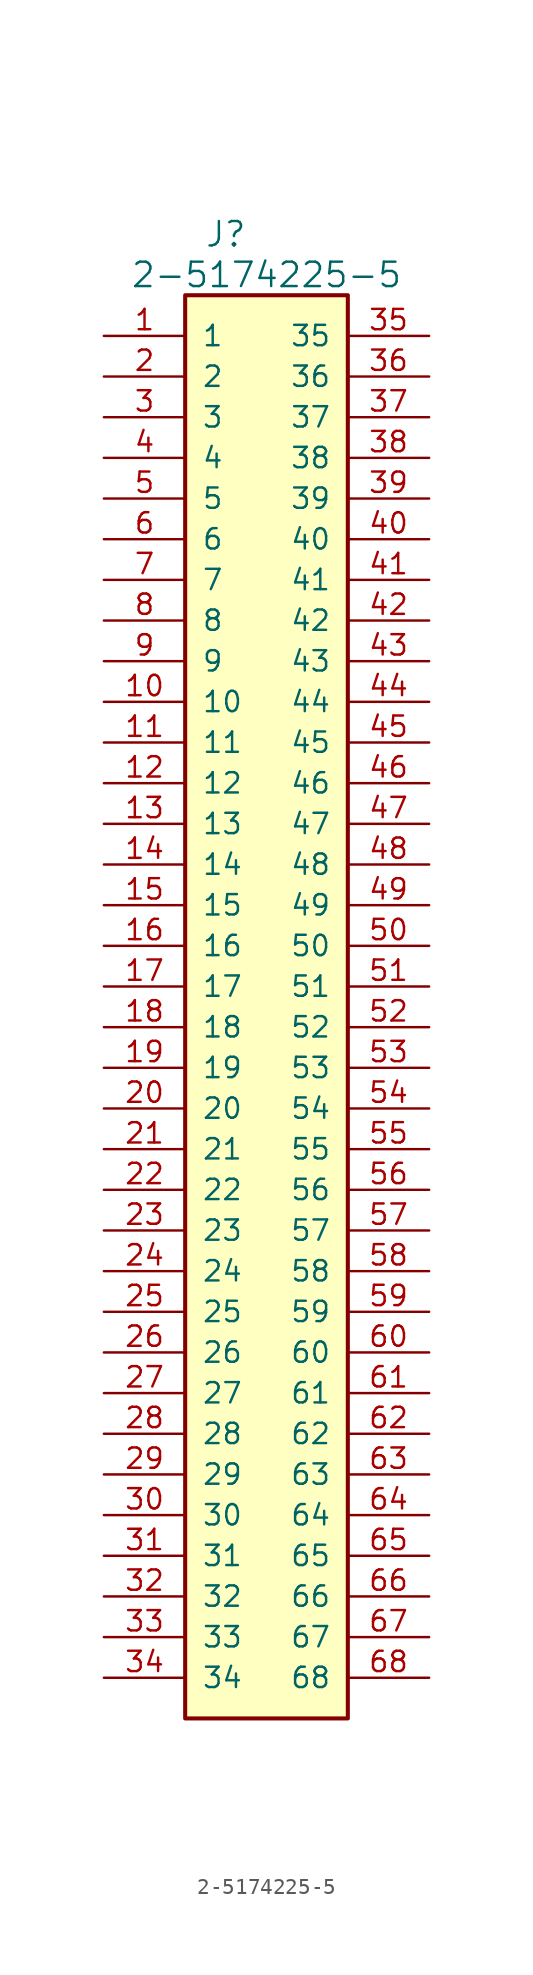
<source format=kicad_sym>
(kicad_symbol_lib
  (version 20211014)
  (generator kicad_symbol_editor)
  (symbol "2-5174225-5"
    (pin_names
      (offset 1.016))
    (property "Reference" "J"
      (at 7.62 6.35 0)
      (effects (font (size 1.524 1.524))))
    (property "Value" "2-5174225-5"
      (at 10.16 3.81 0)
      (effects (font (size 1.524 1.524))))
    (symbol "2-5174225-5_1_1"
      (rectangle (start 5.08 2.54) (end 15.24 -86.36) (stroke (width 0.254) (type default) (color 0 0 0 0)) (fill (type background)))
      (pin unspecified line (at 0 0 0) (length 5.08) (name "1" (effects (font (size 1.27 1.27)))) (number "1" (effects (font (size 1.27 1.27)))))
      (pin unspecified line (at 0 -22.86 0) (length 5.08) (name "10" (effects (font (size 1.27 1.27)))) (number "10" (effects (font (size 1.27 1.27)))))
      (pin unspecified line (at 0 -25.4 0) (length 5.08) (name "11" (effects (font (size 1.27 1.27)))) (number "11" (effects (font (size 1.27 1.27)))))
      (pin unspecified line (at 0 -27.94 0) (length 5.08) (name "12" (effects (font (size 1.27 1.27)))) (number "12" (effects (font (size 1.27 1.27)))))
      (pin unspecified line (at 0 -30.48 0) (length 5.08) (name "13" (effects (font (size 1.27 1.27)))) (number "13" (effects (font (size 1.27 1.27)))))
      (pin unspecified line (at 0 -33.02 0) (length 5.08) (name "14" (effects (font (size 1.27 1.27)))) (number "14" (effects (font (size 1.27 1.27)))))
      (pin unspecified line (at 0 -35.56 0) (length 5.08) (name "15" (effects (font (size 1.27 1.27)))) (number "15" (effects (font (size 1.27 1.27)))))
      (pin unspecified line (at 0 -38.1 0) (length 5.08) (name "16" (effects (font (size 1.27 1.27)))) (number "16" (effects (font (size 1.27 1.27)))))
      (pin unspecified line (at 0 -40.64 0) (length 5.08) (name "17" (effects (font (size 1.27 1.27)))) (number "17" (effects (font (size 1.27 1.27)))))
      (pin unspecified line (at 0 -43.18 0) (length 5.08) (name "18" (effects (font (size 1.27 1.27)))) (number "18" (effects (font (size 1.27 1.27)))))
      (pin unspecified line (at 0 -45.72 0) (length 5.08) (name "19" (effects (font (size 1.27 1.27)))) (number "19" (effects (font (size 1.27 1.27)))))
      (pin unspecified line (at 0 -2.54 0) (length 5.08) (name "2" (effects (font (size 1.27 1.27)))) (number "2" (effects (font (size 1.27 1.27)))))
      (pin unspecified line (at 0 -48.26 0) (length 5.08) (name "20" (effects (font (size 1.27 1.27)))) (number "20" (effects (font (size 1.27 1.27)))))
      (pin unspecified line (at 0 -50.8 0) (length 5.08) (name "21" (effects (font (size 1.27 1.27)))) (number "21" (effects (font (size 1.27 1.27)))))
      (pin unspecified line (at 0 -53.34 0) (length 5.08) (name "22" (effects (font (size 1.27 1.27)))) (number "22" (effects (font (size 1.27 1.27)))))
      (pin unspecified line (at 0 -55.88 0) (length 5.08) (name "23" (effects (font (size 1.27 1.27)))) (number "23" (effects (font (size 1.27 1.27)))))
      (pin unspecified line (at 0 -58.42 0) (length 5.08) (name "24" (effects (font (size 1.27 1.27)))) (number "24" (effects (font (size 1.27 1.27)))))
      (pin unspecified line (at 0 -60.96 0) (length 5.08) (name "25" (effects (font (size 1.27 1.27)))) (number "25" (effects (font (size 1.27 1.27)))))
      (pin unspecified line (at 0 -63.5 0) (length 5.08) (name "26" (effects (font (size 1.27 1.27)))) (number "26" (effects (font (size 1.27 1.27)))))
      (pin unspecified line (at 0 -66.04 0) (length 5.08) (name "27" (effects (font (size 1.27 1.27)))) (number "27" (effects (font (size 1.27 1.27)))))
      (pin unspecified line (at 0 -68.58 0) (length 5.08) (name "28" (effects (font (size 1.27 1.27)))) (number "28" (effects (font (size 1.27 1.27)))))
      (pin unspecified line (at 0 -71.12 0) (length 5.08) (name "29" (effects (font (size 1.27 1.27)))) (number "29" (effects (font (size 1.27 1.27)))))
      (pin unspecified line (at 0 -5.08 0) (length 5.08) (name "3" (effects (font (size 1.27 1.27)))) (number "3" (effects (font (size 1.27 1.27)))))
      (pin unspecified line (at 0 -73.66 0) (length 5.08) (name "30" (effects (font (size 1.27 1.27)))) (number "30" (effects (font (size 1.27 1.27)))))
      (pin unspecified line (at 0 -76.2 0) (length 5.08) (name "31" (effects (font (size 1.27 1.27)))) (number "31" (effects (font (size 1.27 1.27)))))
      (pin unspecified line (at 0 -78.74 0) (length 5.08) (name "32" (effects (font (size 1.27 1.27)))) (number "32" (effects (font (size 1.27 1.27)))))
      (pin unspecified line (at 0 -81.28 0) (length 5.08) (name "33" (effects (font (size 1.27 1.27)))) (number "33" (effects (font (size 1.27 1.27)))))
      (pin unspecified line (at 0 -83.82 0) (length 5.08) (name "34" (effects (font (size 1.27 1.27)))) (number "34" (effects (font (size 1.27 1.27)))))
      (pin unspecified line (at 20.32 0 180) (length 5.08) (name "35" (effects (font (size 1.27 1.27)))) (number "35" (effects (font (size 1.27 1.27)))))
      (pin unspecified line (at 20.32 -2.54 180) (length 5.08) (name "36" (effects (font (size 1.27 1.27)))) (number "36" (effects (font (size 1.27 1.27)))))
      (pin unspecified line (at 20.32 -5.08 180) (length 5.08) (name "37" (effects (font (size 1.27 1.27)))) (number "37" (effects (font (size 1.27 1.27)))))
      (pin unspecified line (at 20.32 -7.62 180) (length 5.08) (name "38" (effects (font (size 1.27 1.27)))) (number "38" (effects (font (size 1.27 1.27)))))
      (pin unspecified line (at 20.32 -10.16 180) (length 5.08) (name "39" (effects (font (size 1.27 1.27)))) (number "39" (effects (font (size 1.27 1.27)))))
      (pin unspecified line (at 0 -7.62 0) (length 5.08) (name "4" (effects (font (size 1.27 1.27)))) (number "4" (effects (font (size 1.27 1.27)))))
      (pin unspecified line (at 20.32 -12.7 180) (length 5.08) (name "40" (effects (font (size 1.27 1.27)))) (number "40" (effects (font (size 1.27 1.27)))))
      (pin unspecified line (at 20.32 -15.24 180) (length 5.08) (name "41" (effects (font (size 1.27 1.27)))) (number "41" (effects (font (size 1.27 1.27)))))
      (pin unspecified line (at 20.32 -17.78 180) (length 5.08) (name "42" (effects (font (size 1.27 1.27)))) (number "42" (effects (font (size 1.27 1.27)))))
      (pin unspecified line (at 20.32 -20.32 180) (length 5.08) (name "43" (effects (font (size 1.27 1.27)))) (number "43" (effects (font (size 1.27 1.27)))))
      (pin unspecified line (at 20.32 -22.86 180) (length 5.08) (name "44" (effects (font (size 1.27 1.27)))) (number "44" (effects (font (size 1.27 1.27)))))
      (pin unspecified line (at 20.32 -25.4 180) (length 5.08) (name "45" (effects (font (size 1.27 1.27)))) (number "45" (effects (font (size 1.27 1.27)))))
      (pin unspecified line (at 20.32 -27.94 180) (length 5.08) (name "46" (effects (font (size 1.27 1.27)))) (number "46" (effects (font (size 1.27 1.27)))))
      (pin unspecified line (at 20.32 -30.48 180) (length 5.08) (name "47" (effects (font (size 1.27 1.27)))) (number "47" (effects (font (size 1.27 1.27)))))
      (pin unspecified line (at 20.32 -33.02 180) (length 5.08) (name "48" (effects (font (size 1.27 1.27)))) (number "48" (effects (font (size 1.27 1.27)))))
      (pin unspecified line (at 20.32 -35.56 180) (length 5.08) (name "49" (effects (font (size 1.27 1.27)))) (number "49" (effects (font (size 1.27 1.27)))))
      (pin unspecified line (at 0 -10.16 0) (length 5.08) (name "5" (effects (font (size 1.27 1.27)))) (number "5" (effects (font (size 1.27 1.27)))))
      (pin unspecified line (at 20.32 -38.1 180) (length 5.08) (name "50" (effects (font (size 1.27 1.27)))) (number "50" (effects (font (size 1.27 1.27)))))
      (pin unspecified line (at 20.32 -40.64 180) (length 5.08) (name "51" (effects (font (size 1.27 1.27)))) (number "51" (effects (font (size 1.27 1.27)))))
      (pin unspecified line (at 20.32 -43.18 180) (length 5.08) (name "52" (effects (font (size 1.27 1.27)))) (number "52" (effects (font (size 1.27 1.27)))))
      (pin unspecified line (at 20.32 -45.72 180) (length 5.08) (name "53" (effects (font (size 1.27 1.27)))) (number "53" (effects (font (size 1.27 1.27)))))
      (pin unspecified line (at 20.32 -48.26 180) (length 5.08) (name "54" (effects (font (size 1.27 1.27)))) (number "54" (effects (font (size 1.27 1.27)))))
      (pin unspecified line (at 20.32 -50.8 180) (length 5.08) (name "55" (effects (font (size 1.27 1.27)))) (number "55" (effects (font (size 1.27 1.27)))))
      (pin unspecified line (at 20.32 -53.34 180) (length 5.08) (name "56" (effects (font (size 1.27 1.27)))) (number "56" (effects (font (size 1.27 1.27)))))
      (pin unspecified line (at 20.32 -55.88 180) (length 5.08) (name "57" (effects (font (size 1.27 1.27)))) (number "57" (effects (font (size 1.27 1.27)))))
      (pin unspecified line (at 20.32 -58.42 180) (length 5.08) (name "58" (effects (font (size 1.27 1.27)))) (number "58" (effects (font (size 1.27 1.27)))))
      (pin unspecified line (at 20.32 -60.96 180) (length 5.08) (name "59" (effects (font (size 1.27 1.27)))) (number "59" (effects (font (size 1.27 1.27)))))
      (pin unspecified line (at 0 -12.7 0) (length 5.08) (name "6" (effects (font (size 1.27 1.27)))) (number "6" (effects (font (size 1.27 1.27)))))
      (pin unspecified line (at 20.32 -63.5 180) (length 5.08) (name "60" (effects (font (size 1.27 1.27)))) (number "60" (effects (font (size 1.27 1.27)))))
      (pin unspecified line (at 20.32 -66.04 180) (length 5.08) (name "61" (effects (font (size 1.27 1.27)))) (number "61" (effects (font (size 1.27 1.27)))))
      (pin unspecified line (at 20.32 -68.58 180) (length 5.08) (name "62" (effects (font (size 1.27 1.27)))) (number "62" (effects (font (size 1.27 1.27)))))
      (pin unspecified line (at 20.32 -71.12 180) (length 5.08) (name "63" (effects (font (size 1.27 1.27)))) (number "63" (effects (font (size 1.27 1.27)))))
      (pin unspecified line (at 20.32 -73.66 180) (length 5.08) (name "64" (effects (font (size 1.27 1.27)))) (number "64" (effects (font (size 1.27 1.27)))))
      (pin unspecified line (at 20.32 -76.2 180) (length 5.08) (name "65" (effects (font (size 1.27 1.27)))) (number "65" (effects (font (size 1.27 1.27)))))
      (pin unspecified line (at 20.32 -78.74 180) (length 5.08) (name "66" (effects (font (size 1.27 1.27)))) (number "66" (effects (font (size 1.27 1.27)))))
      (pin unspecified line (at 20.32 -81.28 180) (length 5.08) (name "67" (effects (font (size 1.27 1.27)))) (number "67" (effects (font (size 1.27 1.27)))))
      (pin unspecified line (at 20.32 -83.82 180) (length 5.08) (name "68" (effects (font (size 1.27 1.27)))) (number "68" (effects (font (size 1.27 1.27)))))
      (pin unspecified line (at 0 -15.24 0) (length 5.08) (name "7" (effects (font (size 1.27 1.27)))) (number "7" (effects (font (size 1.27 1.27)))))
      (pin unspecified line (at 0 -17.78 0) (length 5.08) (name "8" (effects (font (size 1.27 1.27)))) (number "8" (effects (font (size 1.27 1.27)))))
      (pin unspecified line (at 0 -20.32 0) (length 5.08) (name "9" (effects (font (size 1.27 1.27)))) (number "9" (effects (font (size 1.27 1.27))))))))
</source>
